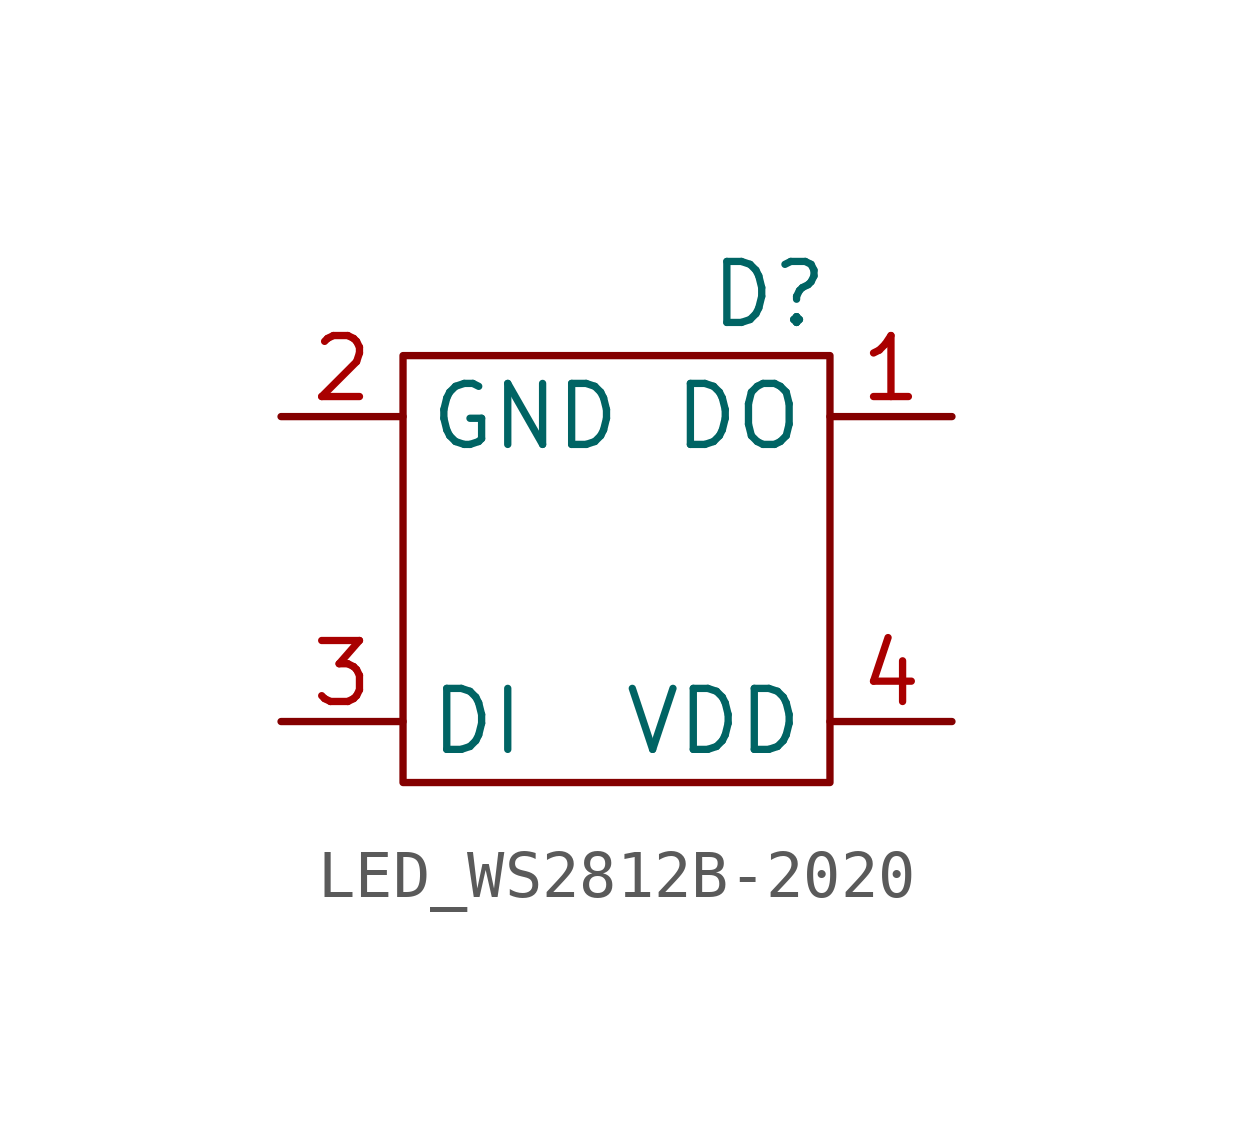
<source format=kicad_sym>
(kicad_symbol_lib
  (version 20220914)
  (generator kicad_symbol_editor)
  (symbol "LED_WS2812B-2020"
    (property "Reference" "D"
      (at 3.81 0 0)
      (effects (font (size 1.27 1.27))))
    (property "Value" ""
      (at 0 0 0)
      (effects (font (size 1.27 1.27))))
    (symbol "LED_WS2812B-2020_0_1"
      (rectangle (start -3.81 -1.27) (end 5.08 -10.16) (stroke (width 0) (type default)) (fill (type none))))
    (symbol "LED_WS2812B-2020_1_1"
      (pin input line (at 7.62 -2.54 180) (length 2.54) (name "DO" (effects (font (size 1.27 1.27)))) (number "1" (effects (font (size 1.27 1.27)))))
      (pin input line (at -6.35 -2.54 0) (length 2.54) (name "GND" (effects (font (size 1.27 1.27)))) (number "2" (effects (font (size 1.27 1.27)))))
      (pin input line (at -6.35 -8.89 0) (length 2.54) (name "DI" (effects (font (size 1.27 1.27)))) (number "3" (effects (font (size 1.27 1.27)))))
      (pin input line (at 7.62 -8.89 180) (length 2.54) (name "VDD" (effects (font (size 1.27 1.27)))) (number "4" (effects (font (size 1.27 1.27))))))))
</source>
